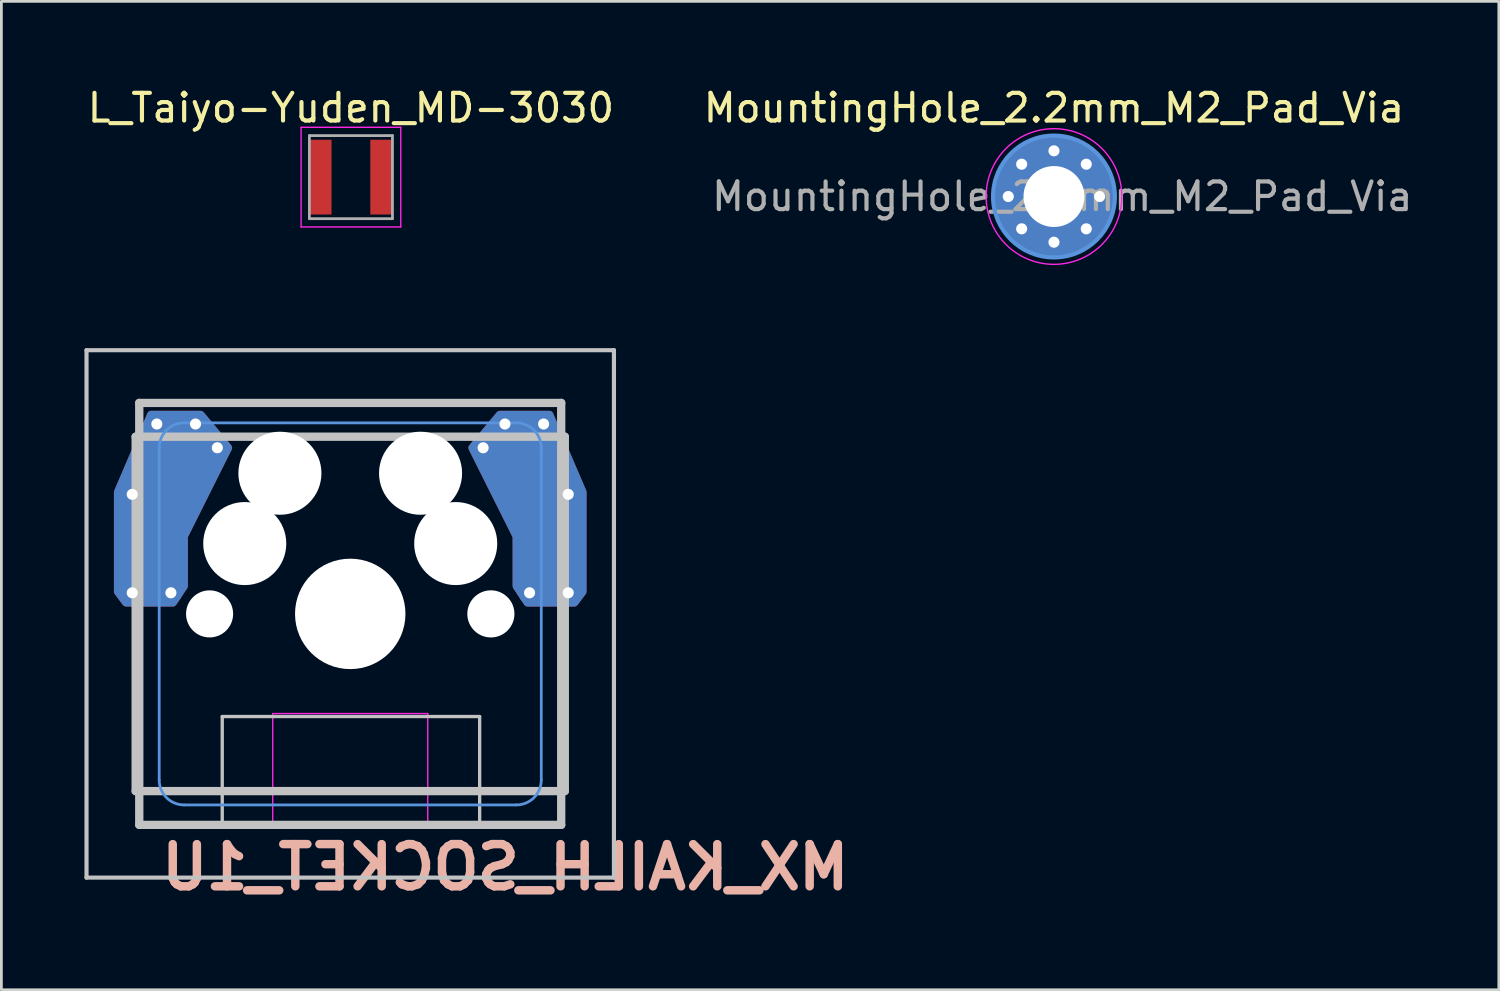
<source format=kicad_pcb>
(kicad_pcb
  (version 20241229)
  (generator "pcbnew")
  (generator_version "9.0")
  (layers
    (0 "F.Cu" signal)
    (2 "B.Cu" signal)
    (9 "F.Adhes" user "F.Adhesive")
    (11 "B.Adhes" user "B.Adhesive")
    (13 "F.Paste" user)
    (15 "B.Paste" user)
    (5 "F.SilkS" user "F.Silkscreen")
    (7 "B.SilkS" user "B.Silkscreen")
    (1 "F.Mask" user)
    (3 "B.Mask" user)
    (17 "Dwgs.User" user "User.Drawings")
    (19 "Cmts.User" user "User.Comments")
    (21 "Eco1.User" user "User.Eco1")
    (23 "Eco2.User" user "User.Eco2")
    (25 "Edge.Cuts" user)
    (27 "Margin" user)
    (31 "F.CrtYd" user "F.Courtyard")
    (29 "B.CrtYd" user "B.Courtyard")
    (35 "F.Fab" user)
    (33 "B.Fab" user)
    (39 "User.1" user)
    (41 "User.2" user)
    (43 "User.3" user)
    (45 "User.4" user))
  (footprint "MX_KAILH_SOCKET_1U"
    (layer "F.Cu")
    (at 9.6 19.123)
    (property "Reference" "MX_KAILH_SOCKET_1U" (at 5.6 9.15 0) (layer "B.SilkS") (effects (font (size 1.524 1.524) (thickness 0.305)) (justify mirror)))
    (attr through_hole)
    (fp_line (start -9.525 -9.525) (end 9.525 -9.525) (stroke (width 0.15) (type solid)) (layer "Dwgs.User"))
    (fp_line (start -9.525 9.525) (end -9.525 -9.525) (stroke (width 0.15) (type solid)) (layer "Dwgs.User"))
    (fp_line (start -7.75 6.4) (end -7.75 -6.4) (stroke (width 0.3) (type solid)) (layer "Dwgs.User"))
    (fp_line (start -7.75 6.4) (end 7.75 6.4) (stroke (width 0.3) (type solid)) (layer "Dwgs.User"))
    (fp_line (start -7.62 -7.62) (end 7.62 -7.62) (stroke (width 0.3) (type solid)) (layer "Dwgs.User"))
    (fp_line (start -7.62 7.62) (end -7.62 -7.62) (stroke (width 0.3) (type solid)) (layer "Dwgs.User"))
    (fp_line (start -4.623 3.708) (end -4.623 7.671) (stroke (width 0.12) (type solid)) (layer "Dwgs.User"))
    (fp_line (start 4.674 3.708) (end -4.623 3.708) (stroke (width 0.12) (type solid)) (layer "Dwgs.User"))
    (fp_line (start 4.674 3.708) (end 4.674 7.671) (stroke (width 0.12) (type solid)) (layer "Dwgs.User"))
    (fp_line (start 7.62 -7.62) (end 7.62 7.62) (stroke (width 0.3) (type solid)) (layer "Dwgs.User"))
    (fp_line (start 7.62 7.62) (end -7.62 7.62) (stroke (width 0.3) (type solid)) (layer "Dwgs.User"))
    (fp_line (start 7.75 -6.4) (end -7.75 -6.4) (stroke (width 0.3) (type solid)) (layer "Dwgs.User"))
    (fp_line (start 7.75 6.4) (end 7.75 -6.4) (stroke (width 0.3) (type solid)) (layer "Dwgs.User"))
    (fp_line (start 9.525 -9.525) (end 9.525 9.525) (stroke (width 0.15) (type solid)) (layer "Dwgs.User"))
    (fp_line (start 9.525 9.525) (end -9.525 9.525) (stroke (width 0.15) (type solid)) (layer "Dwgs.User"))
    (fp_line (start -6.9 6) (end -6.9 -6) (stroke (width 0.1) (type solid)) (layer "Cmts.User"))
    (fp_line (start -6 -6.9) (end 6 -6.9) (stroke (width 0.1) (type solid)) (layer "Cmts.User"))
    (fp_line (start 6 6.9) (end -6 6.9) (stroke (width 0.1) (type solid)) (layer "Cmts.User"))
    (fp_line (start 6.9 -6) (end 6.9 6) (stroke (width 0.1) (type solid)) (layer "Cmts.User"))
    (fp_arc (start -6.9 -6) (mid -6.636396 -6.636396) (end -6 -6.9) (stroke (width 0.1) (type solid)) (layer "Cmts.User"))
    (fp_arc (start -6 6.9) (mid -6.636396 6.636396) (end -6.9 6) (stroke (width 0.1) (type solid)) (layer "Cmts.User"))
    (fp_arc (start 6 -6.9) (mid 6.636396 -6.636396) (end 6.9 -6) (stroke (width 0.1) (type solid)) (layer "Cmts.User"))
    (fp_arc (start 6.9 6) (mid 6.636396 6.636396) (end 6 6.9) (stroke (width 0.1) (type solid)) (layer "Cmts.User"))
    (fp_line (start -7 -6.1) (end -7 6.1) (stroke (width 0.1) (type solid)) (layer "Eco1.User"))
    (fp_line (start -6.1 7) (end 6.1 7) (stroke (width 0.1) (type solid)) (layer "Eco1.User"))
    (fp_line (start 6.1 -7) (end -6.1 -7) (stroke (width 0.1) (type solid)) (layer "Eco1.User"))
    (fp_line (start 7 6.1) (end 7 -6.1) (stroke (width 0.1) (type solid)) (layer "Eco1.User"))
    (fp_arc (start -7 -6.1) (mid -6.736396 -6.736396) (end -6.1 -7) (stroke (width 0.1) (type solid)) (layer "Eco1.User"))
    (fp_arc (start -6.1 7) (mid -6.736396 6.736396) (end -7 6.1) (stroke (width 0.1) (type solid)) (layer "Eco1.User"))
    (fp_arc (start 6.1 -7) (mid 6.736396 -6.736396) (end 7 -6.1) (stroke (width 0.1) (type solid)) (layer "Eco1.User"))
    (fp_arc (start 7 6.1) (mid 6.736396 6.736396) (end 6.1 7) (stroke (width 0.1) (type solid)) (layer "Eco1.User"))
    (fp_line (start -9 -9) (end 9 -9) (stroke (width 0.12) (type solid)) (layer "Eco2.User"))
    (fp_line (start -9 9) (end -9 -9) (stroke (width 0.12) (type solid)) (layer "Eco2.User"))
    (fp_line (start 9 -9) (end 9 9) (stroke (width 0.12) (type solid)) (layer "Eco2.User"))
    (fp_line (start 9 9) (end -9 9) (stroke (width 0.12) (type solid)) (layer "Eco2.User"))
    (fp_line (start -2.8 3.6) (end -2.8 7.6) (stroke (width 0.05) (type solid)) (layer "F.CrtYd"))
    (fp_line (start -2.8 7.6) (end 2.8 7.6) (stroke (width 0.05) (type solid)) (layer "F.CrtYd"))
    (fp_line (start 2.8 3.6) (end -2.8 3.6) (stroke (width 0.05) (type solid)) (layer "F.CrtYd"))
    (fp_line (start 2.8 7.6) (end 2.8 3.6) (stroke (width 0.05) (type solid)) (layer "F.CrtYd"))
    (pad "" np_thru_hole circle (at -5.08 0) (size 1.7 1.7) (drill 1.7) (layers "*.Cu" "*.Mask"))
    (pad "" np_thru_hole circle (at -3.81 -2.54) (size 3 3) (drill 3) (layers "*.Cu" "*.Mask"))
    (pad "" np_thru_hole circle (at -2.54 -5.08) (size 3 3) (drill 3) (layers "*.Cu" "*.Mask"))
    (pad "" np_thru_hole circle (at 0 0) (size 3.988 3.988) (drill 3.988) (layers "*.Cu" "*.Mask"))
    (pad "" np_thru_hole circle (at 2.54 -5.08) (size 3 3) (drill 3) (layers "*.Cu" "*.Mask"))
    (pad "" np_thru_hole circle (at 3.81 -2.54) (size 3 3) (drill 3) (layers "*.Cu" "*.Mask"))
    (pad "" np_thru_hole circle (at 5.08 0) (size 1.702 1.702) (drill 1.702) (layers "*.Cu" "*.Mask"))
    (pad "1" thru_hole circle (at -7.874 -4.318) (size 0.8 0.8) (drill 0.4) (layers "*.Cu"))
    (pad "1" thru_hole circle (at -7.874 -0.762) (size 0.8 0.8) (drill 0.4) (layers "*.Cu"))
    (pad "1" smd custom (at -7.285 -2.54 180) (size 2.35 2.5) (layers "B.Cu") (options (anchor rect)) (primitives (gr_poly (pts (xy -1.285 -1.54) (xy -1.285 0.26) (xy -2.885 3.46) (xy -1.885 4.66) (xy -0.085 4.66) (xy 1.115 1.86) (xy 1.115 -1.74) (xy 0.815 -2.14) (xy -0.885 -2.14)) (width 0.27) (fill yes))))
    (pad "1" smd rect (at -7.2 -2.54 180) (size 2.35 2.5) (layers "B.Cu" "B.Mask"))
    (pad "1" thru_hole circle (at -6.985 -6.858) (size 0.8 0.8) (drill 0.4) (layers "*.Cu"))
    (pad "1" smd custom (at -6.499 -5.067 180) (size 2.15 2.5) (layers "F.Cu") (options (anchor rect)) (primitives (gr_poly (pts (xy -0.499 -4.067) (xy -0.499 -2.267) (xy -2.099 0.933) (xy -1.099 2.133) (xy 0.701 2.133) (xy 1.901 -0.667) (xy 1.901 -4.267) (xy 1.601 -4.667) (xy -0.099 -4.667)) (width 0.27) (fill yes))))
    (pad "1" thru_hole circle (at -6.477 -0.762) (size 0.8 0.8) (drill 0.4) (layers "*.Cu"))
    (pad "1" smd rect (at -6.399 -5.067 180) (size 2.15 2.5) (layers "F.Cu" "F.Mask"))
    (pad "1" thru_hole circle (at -5.588 -6.858) (size 0.8 0.8) (drill 0.4) (layers "*.Cu"))
    (pad "1" thru_hole circle (at -4.8 -6) (size 0.8 0.8) (drill 0.4) (layers "*.Cu"))
    (pad "2" thru_hole circle (at 4.8 -6) (size 0.8 0.8) (drill 0.4) (layers "*.Cu"))
    (pad "2" thru_hole circle (at 5.588 -6.858) (size 0.8 0.8) (drill 0.4) (layers "*.Cu"))
    (pad "2" smd rect (at 6.425 -5.067) (size 2.15 2.5) (layers "B.Cu" "B.Mask"))
    (pad "2" smd custom (at 6.425 -5.067 180) (size 2.15 2.5) (layers "B.Cu") (options (anchor rect)) (primitives (gr_poly (pts (xy 0.425 -4.067) (xy 0.425 -2.267) (xy 2.025 0.933) (xy 1.025 2.133) (xy -0.775 2.133) (xy -1.975 -0.667) (xy -1.975 -4.267) (xy -1.675 -4.667) (xy 0.025 -4.667)) (width 0.27) (fill yes))))
    (pad "2" thru_hole circle (at 6.477 -0.762) (size 0.8 0.8) (drill 0.4) (layers "*.Cu"))
    (pad "2" thru_hole circle (at 6.985 -6.858) (size 0.8 0.8) (drill 0.4) (layers "*.Cu"))
    (pad "2" smd rect (at 7.212 -2.54) (size 2.35 2.5) (layers "F.Cu" "F.Mask"))
    (pad "2" smd custom (at 7.212 -2.54 180) (size 2.35 2.5) (layers "F.Cu") (options (anchor rect)) (primitives (gr_poly (pts (xy 1.212 -1.54) (xy 1.212 0.26) (xy 2.812 3.46) (xy 1.812 4.66) (xy 0.012 4.66) (xy -1.188 1.86) (xy -1.188 -1.74) (xy -0.888 -2.14) (xy 0.812 -2.14)) (width 0.27) (fill yes))))
    (pad "2" thru_hole circle (at 7.874 -4.318) (size 0.8 0.8) (drill 0.4) (layers "*.Cu"))
    (pad "2" thru_hole circle (at 7.874 -0.762) (size 0.8 0.8) (drill 0.4) (layers "*.Cu")))
  (footprint "MountingHole_2.2mm_M2_Pad_Via"
    (layer "F.Cu")
    (at 35.018 4.048)
    (property "Reference" "MountingHole_2.2mm_M2_Pad_Via" (at 0 -3.2 0) (layer "F.SilkS") (effects (font (size 1 1) (thickness 0.15))))
    (attr exclude_from_pos_files exclude_from_bom)
    (fp_circle (center 0 0) (end 2.2 0) (stroke (width 0.15) (type solid)) (fill no) (layer "Cmts.User"))
    (fp_circle (center 0 0) (end 1.3 0) (stroke (width 0.12) (type solid)) (fill no) (layer "Eco1.User"))
    (fp_circle (center 0 0) (end 1.9 0) (stroke (width 0.12) (type solid)) (fill no) (layer "Eco1.User"))
    (fp_circle (center 0 0) (end 2.45 0) (stroke (width 0.05) (type solid)) (fill no) (layer "F.CrtYd"))
    (fp_text user "${REFERENCE}" (at 0.3 0 0) (layer "F.Fab") (effects (font (size 1 1) (thickness 0.15))))
    (pad "1" thru_hole circle (at -1.65 0) (size 0.7 0.7) (drill 0.4) (layers "*.Cu" "*.Mask"))
    (pad "1" thru_hole circle (at -1.167 -1.167) (size 0.7 0.7) (drill 0.4) (layers "*.Cu" "*.Mask"))
    (pad "1" thru_hole circle (at -1.167 1.167) (size 0.7 0.7) (drill 0.4) (layers "*.Cu" "*.Mask"))
    (pad "1" thru_hole circle (at 0 -1.65) (size 0.7 0.7) (drill 0.4) (layers "*.Cu" "*.Mask"))
    (pad "1" thru_hole circle (at 0 0) (size 4.4 4.4) (drill 2.2) (layers "*.Cu" "*.Mask"))
    (pad "1" thru_hole circle (at 0 1.65) (size 0.7 0.7) (drill 0.4) (layers "*.Cu" "*.Mask"))
    (pad "1" thru_hole circle (at 1.167 -1.167) (size 0.7 0.7) (drill 0.4) (layers "*.Cu" "*.Mask"))
    (pad "1" thru_hole circle (at 1.167 1.167) (size 0.7 0.7) (drill 0.4) (layers "*.Cu" "*.Mask"))
    (pad "1" thru_hole circle (at 1.65 0) (size 0.7 0.7) (drill 0.4) (layers "*.Cu" "*.Mask")))
  (footprint "L_Taiyo-Yuden_MD-3030"
    (layer "F.Cu")
    (at 9.625 3.348)
    (property "Reference" "L_Taiyo-Yuden_MD-3030" (at 0 -2.5 180) (layer "F.SilkS") (effects (font (size 1 1) (thickness 0.15))))
    (attr smd)
    (fp_line (start -1.8 -1.8) (end -1.8 1.8) (stroke (width 0.05) (type solid)) (layer "F.CrtYd"))
    (fp_line (start -1.8 1.8) (end 1.8 1.8) (stroke (width 0.05) (type solid)) (layer "F.CrtYd"))
    (fp_line (start 1.8 -1.8) (end -1.8 -1.8) (stroke (width 0.05) (type solid)) (layer "F.CrtYd"))
    (fp_line (start 1.8 1.8) (end 1.8 -1.8) (stroke (width 0.05) (type solid)) (layer "F.CrtYd"))
    (fp_line (start -1.5 -1.5) (end -1.5 1.5) (stroke (width 0.1) (type solid)) (layer "F.Fab"))
    (fp_line (start -1.5 1.5) (end 1.5 1.5) (stroke (width 0.1) (type solid)) (layer "F.Fab"))
    (fp_line (start 1.5 -1.5) (end -1.5 -1.5) (stroke (width 0.1) (type solid)) (layer "F.Fab"))
    (fp_line (start 1.5 1.5) (end 1.5 -1.5) (stroke (width 0.1) (type solid)) (layer "F.Fab"))
    (pad "1" smd rect (at -1.1 0) (size 0.8 2.7) (layers "F.Cu" "F.Mask" "F.Paste"))
    (pad "2" smd rect (at 1.1 0) (size 0.8 2.7) (layers "F.Cu" "F.Mask" "F.Paste")))
  (gr_rect
    (start -3 -3)
    (end 51.086 32.7)
    (stroke (width 0.1) (type default))
    (fill no)
    (layer "Edge.Cuts")))
</source>
